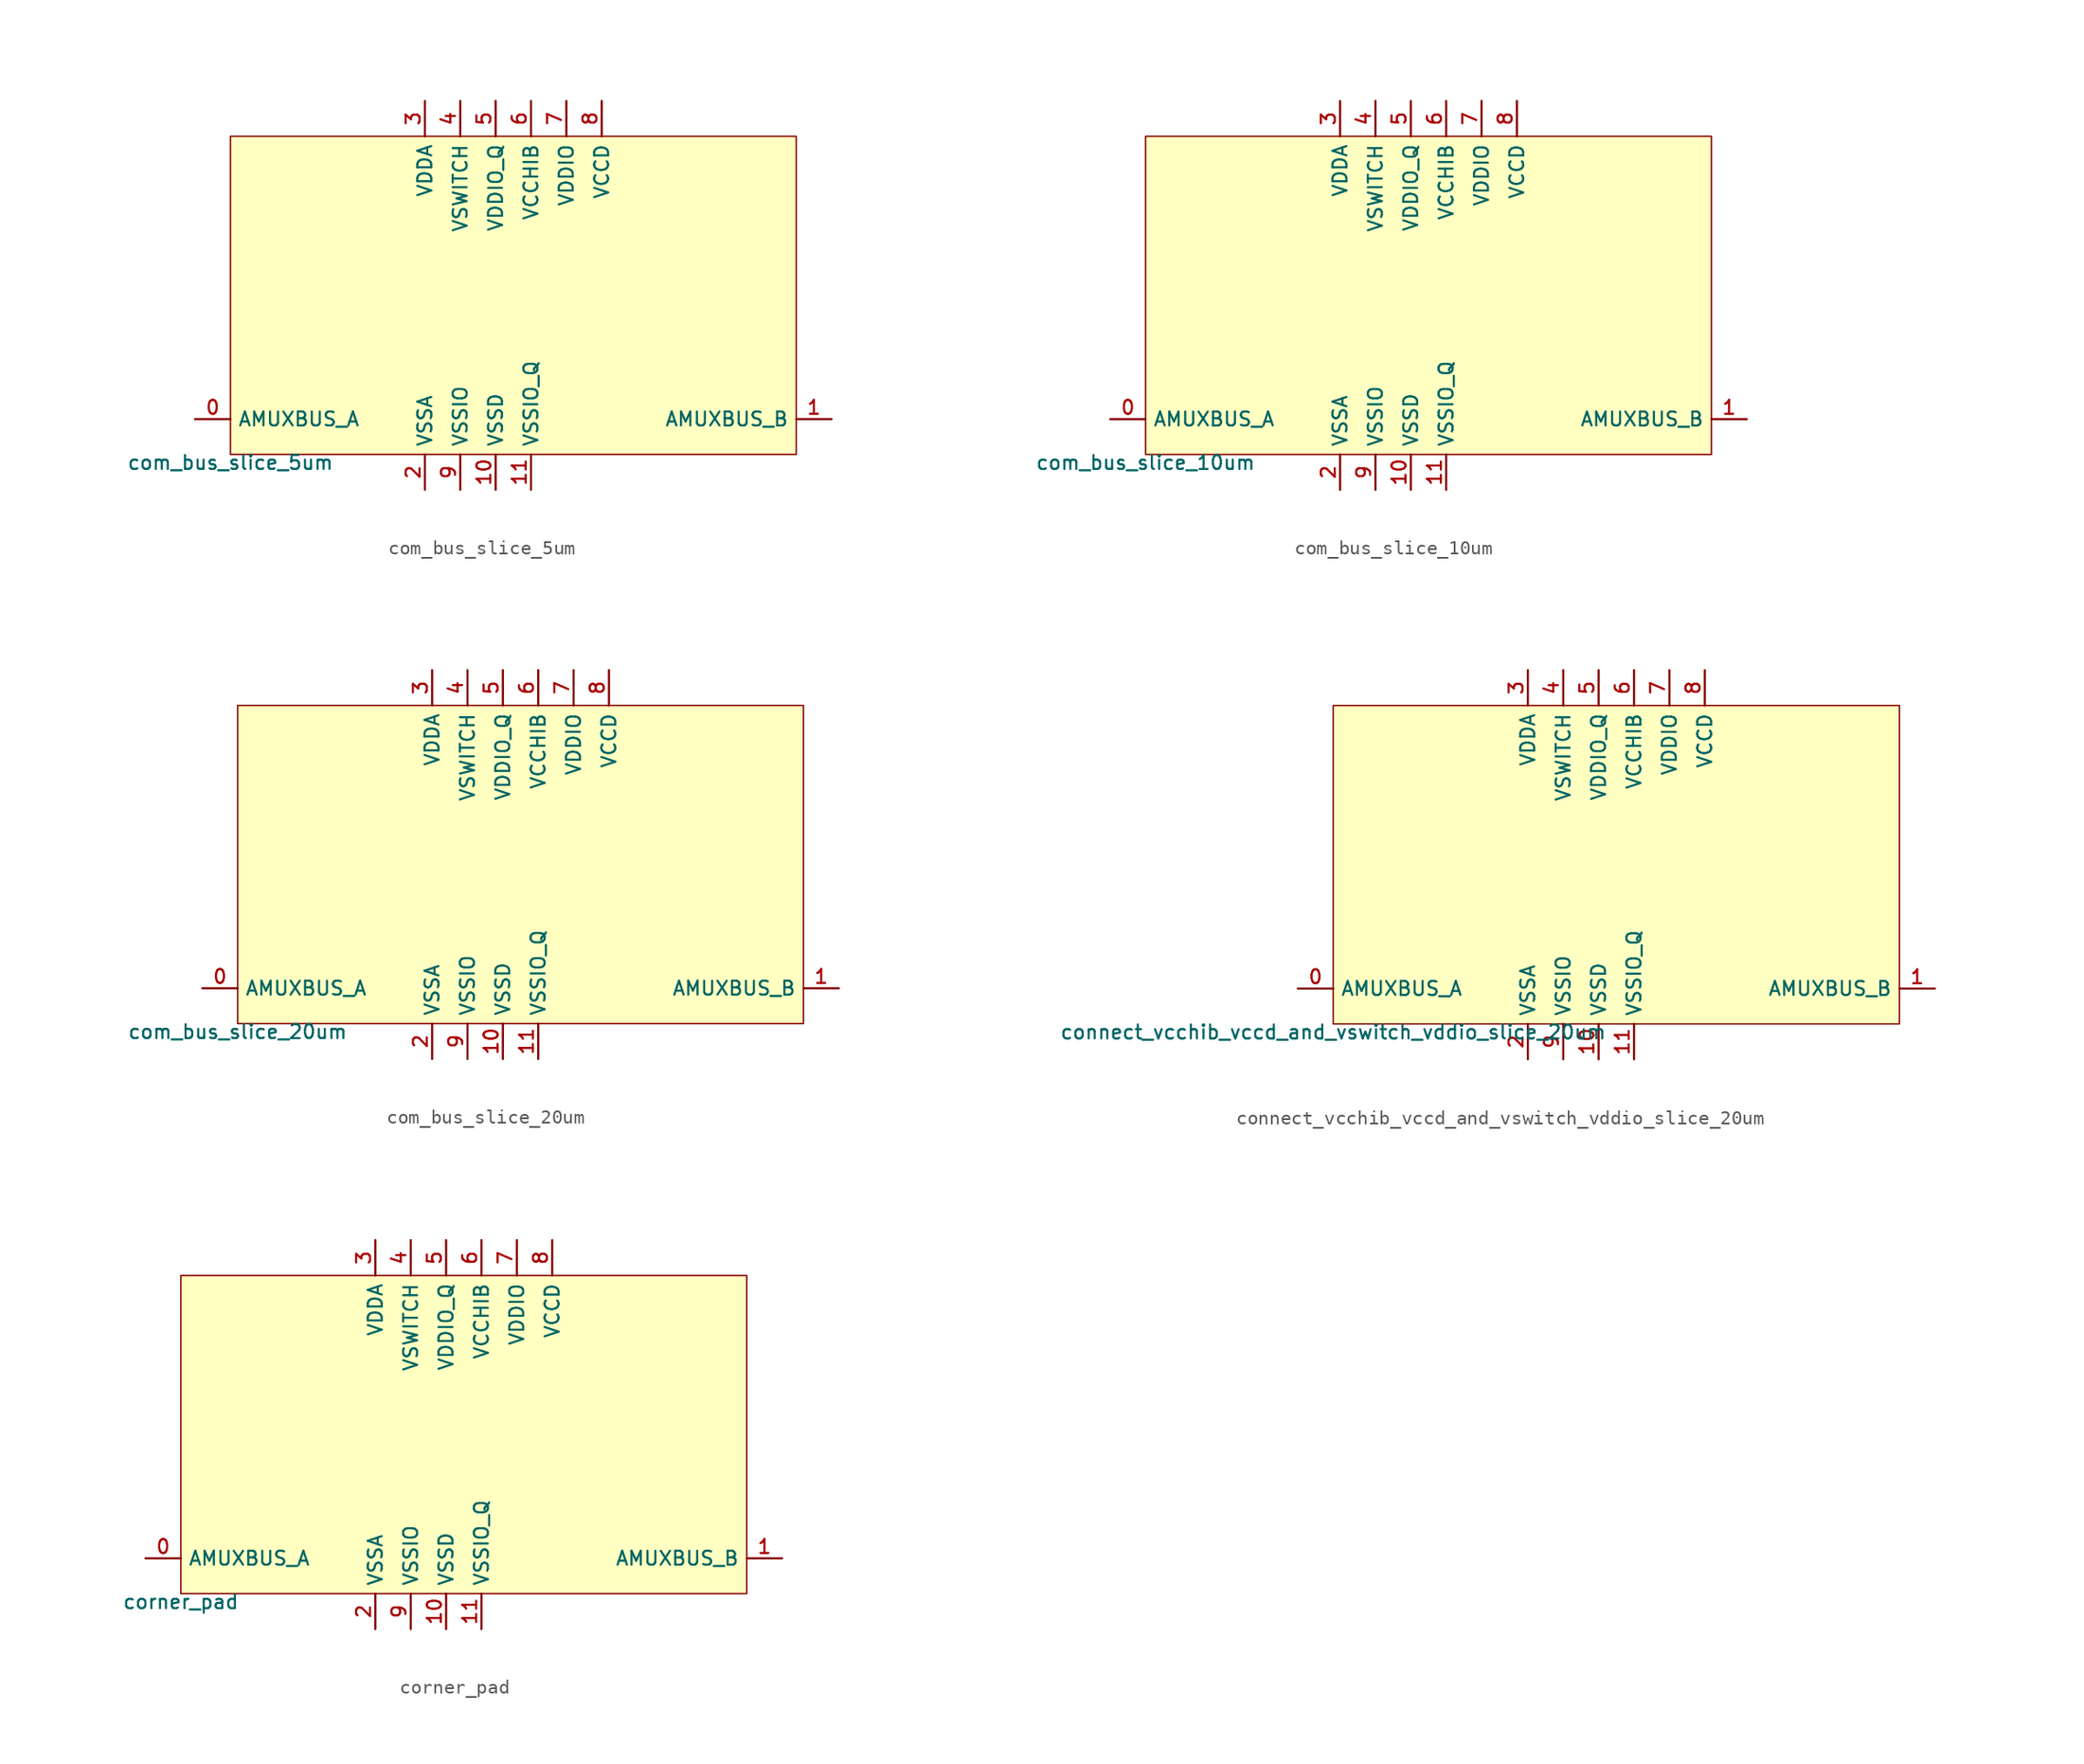
<source format=kicad_sym>
(kicad_symbol_lib
  (version 20211014)
  (generator pdk2kicad)
  (symbol "com_bus_slice_5um"
    (property "Reference" "X"
      (at 0 0 0)
      (effects (font (size 1 1)) hide))
    (property "Value" "com_bus_slice_5um"
      (at -20.32 -11.43 0)
      (effects (font (size 1 1)) (justify top)))
    (rectangle
      (start -20.32 -11.43)
      (end 20.32 11.43)
      (stroke (width 0.1) (type solid) (color 0 0 0 0))
      (fill (type background)))
    (pin bidirectional line
      (at -22.86 -8.89 0)
      (length 2.54)
      (name "AMUXBUS_A" (effects (font (size 1 1)) hide))
      (number "0" (effects (font (size 1 1)) hide)))
    (pin bidirectional line
      (at 22.86 -8.89 180)
      (length 2.54)
      (name "AMUXBUS_B" (effects (font (size 1 1)) hide))
      (number "1" (effects (font (size 1 1)) hide)))
    (pin power_in line
      (at -6.35 -13.97 90)
      (length 2.54)
      (name "VSSA" (effects (font (size 1 1)) hide))
      (number "2" (effects (font (size 1 1)) hide)))
    (pin power_in line
      (at -6.35 13.97 270)
      (length 2.54)
      (name "VDDA" (effects (font (size 1 1)) hide))
      (number "3" (effects (font (size 1 1)) hide)))
    (pin power_in line
      (at -3.81 13.97 270)
      (length 2.54)
      (name "VSWITCH" (effects (font (size 1 1)) hide))
      (number "4" (effects (font (size 1 1)) hide)))
    (pin power_in line
      (at -1.27 13.97 270)
      (length 2.54)
      (name "VDDIO_Q" (effects (font (size 1 1)) hide))
      (number "5" (effects (font (size 1 1)) hide)))
    (pin power_in line
      (at 1.27 13.97 270)
      (length 2.54)
      (name "VCCHIB" (effects (font (size 1 1)) hide))
      (number "6" (effects (font (size 1 1)) hide)))
    (pin power_in line
      (at 3.81 13.97 270)
      (length 2.54)
      (name "VDDIO" (effects (font (size 1 1)) hide))
      (number "7" (effects (font (size 1 1)) hide)))
    (pin power_in line
      (at 6.35 13.97 270)
      (length 2.54)
      (name "VCCD" (effects (font (size 1 1)) hide))
      (number "8" (effects (font (size 1 1)) hide)))
    (pin power_in line
      (at -3.81 -13.97 90)
      (length 2.54)
      (name "VSSIO" (effects (font (size 1 1)) hide))
      (number "9" (effects (font (size 1 1)) hide)))
    (pin power_in line
      (at -1.27 -13.97 90)
      (length 2.54)
      (name "VSSD" (effects (font (size 1 1)) hide))
      (number "10" (effects (font (size 1 1)) hide)))
    (pin power_in line
      (at 1.27 -13.97 90)
      (length 2.54)
      (name "VSSIO_Q" (effects (font (size 1 1)) hide))
      (number "11" (effects (font (size 1 1)) hide))))
  (symbol "com_bus_slice_10um"
    (property "Reference" "X"
      (at 0 0 0)
      (effects (font (size 1 1)) hide))
    (property "Value" "com_bus_slice_10um"
      (at -20.32 -11.43 0)
      (effects (font (size 1 1)) (justify top)))
    (rectangle
      (start -20.32 -11.43)
      (end 20.32 11.43)
      (stroke (width 0.1) (type solid) (color 0 0 0 0))
      (fill (type background)))
    (pin bidirectional line
      (at -22.86 -8.89 0)
      (length 2.54)
      (name "AMUXBUS_A" (effects (font (size 1 1)) hide))
      (number "0" (effects (font (size 1 1)) hide)))
    (pin bidirectional line
      (at 22.86 -8.89 180)
      (length 2.54)
      (name "AMUXBUS_B" (effects (font (size 1 1)) hide))
      (number "1" (effects (font (size 1 1)) hide)))
    (pin power_in line
      (at -6.35 -13.97 90)
      (length 2.54)
      (name "VSSA" (effects (font (size 1 1)) hide))
      (number "2" (effects (font (size 1 1)) hide)))
    (pin power_in line
      (at -6.35 13.97 270)
      (length 2.54)
      (name "VDDA" (effects (font (size 1 1)) hide))
      (number "3" (effects (font (size 1 1)) hide)))
    (pin power_in line
      (at -3.81 13.97 270)
      (length 2.54)
      (name "VSWITCH" (effects (font (size 1 1)) hide))
      (number "4" (effects (font (size 1 1)) hide)))
    (pin power_in line
      (at -1.27 13.97 270)
      (length 2.54)
      (name "VDDIO_Q" (effects (font (size 1 1)) hide))
      (number "5" (effects (font (size 1 1)) hide)))
    (pin power_in line
      (at 1.27 13.97 270)
      (length 2.54)
      (name "VCCHIB" (effects (font (size 1 1)) hide))
      (number "6" (effects (font (size 1 1)) hide)))
    (pin power_in line
      (at 3.81 13.97 270)
      (length 2.54)
      (name "VDDIO" (effects (font (size 1 1)) hide))
      (number "7" (effects (font (size 1 1)) hide)))
    (pin power_in line
      (at 6.35 13.97 270)
      (length 2.54)
      (name "VCCD" (effects (font (size 1 1)) hide))
      (number "8" (effects (font (size 1 1)) hide)))
    (pin power_in line
      (at -3.81 -13.97 90)
      (length 2.54)
      (name "VSSIO" (effects (font (size 1 1)) hide))
      (number "9" (effects (font (size 1 1)) hide)))
    (pin power_in line
      (at -1.27 -13.97 90)
      (length 2.54)
      (name "VSSD" (effects (font (size 1 1)) hide))
      (number "10" (effects (font (size 1 1)) hide)))
    (pin power_in line
      (at 1.27 -13.97 90)
      (length 2.54)
      (name "VSSIO_Q" (effects (font (size 1 1)) hide))
      (number "11" (effects (font (size 1 1)) hide))))
  (symbol "com_bus_slice_20um"
    (property "Reference" "X"
      (at 0 0 0)
      (effects (font (size 1 1)) hide))
    (property "Value" "com_bus_slice_20um"
      (at -20.32 -11.43 0)
      (effects (font (size 1 1)) (justify top)))
    (rectangle
      (start -20.32 -11.43)
      (end 20.32 11.43)
      (stroke (width 0.1) (type solid) (color 0 0 0 0))
      (fill (type background)))
    (pin bidirectional line
      (at -22.86 -8.89 0)
      (length 2.54)
      (name "AMUXBUS_A" (effects (font (size 1 1)) hide))
      (number "0" (effects (font (size 1 1)) hide)))
    (pin bidirectional line
      (at 22.86 -8.89 180)
      (length 2.54)
      (name "AMUXBUS_B" (effects (font (size 1 1)) hide))
      (number "1" (effects (font (size 1 1)) hide)))
    (pin power_in line
      (at -6.35 -13.97 90)
      (length 2.54)
      (name "VSSA" (effects (font (size 1 1)) hide))
      (number "2" (effects (font (size 1 1)) hide)))
    (pin power_in line
      (at -6.35 13.97 270)
      (length 2.54)
      (name "VDDA" (effects (font (size 1 1)) hide))
      (number "3" (effects (font (size 1 1)) hide)))
    (pin power_in line
      (at -3.81 13.97 270)
      (length 2.54)
      (name "VSWITCH" (effects (font (size 1 1)) hide))
      (number "4" (effects (font (size 1 1)) hide)))
    (pin power_in line
      (at -1.27 13.97 270)
      (length 2.54)
      (name "VDDIO_Q" (effects (font (size 1 1)) hide))
      (number "5" (effects (font (size 1 1)) hide)))
    (pin power_in line
      (at 1.27 13.97 270)
      (length 2.54)
      (name "VCCHIB" (effects (font (size 1 1)) hide))
      (number "6" (effects (font (size 1 1)) hide)))
    (pin power_in line
      (at 3.81 13.97 270)
      (length 2.54)
      (name "VDDIO" (effects (font (size 1 1)) hide))
      (number "7" (effects (font (size 1 1)) hide)))
    (pin power_in line
      (at 6.35 13.97 270)
      (length 2.54)
      (name "VCCD" (effects (font (size 1 1)) hide))
      (number "8" (effects (font (size 1 1)) hide)))
    (pin power_in line
      (at -3.81 -13.97 90)
      (length 2.54)
      (name "VSSIO" (effects (font (size 1 1)) hide))
      (number "9" (effects (font (size 1 1)) hide)))
    (pin power_in line
      (at -1.27 -13.97 90)
      (length 2.54)
      (name "VSSD" (effects (font (size 1 1)) hide))
      (number "10" (effects (font (size 1 1)) hide)))
    (pin power_in line
      (at 1.27 -13.97 90)
      (length 2.54)
      (name "VSSIO_Q" (effects (font (size 1 1)) hide))
      (number "11" (effects (font (size 1 1)) hide))))
  (symbol "connect_vcchib_vccd_and_vswitch_vddio_slice_20um"
    (property "Reference" "X"
      (at 0 0 0)
      (effects (font (size 1 1)) hide))
    (property "Value" "connect_vcchib_vccd_and_vswitch_vddio_slice_20um"
      (at -20.32 -11.43 0)
      (effects (font (size 1 1)) (justify top)))
    (rectangle
      (start -20.32 -11.43)
      (end 20.32 11.43)
      (stroke (width 0.1) (type solid) (color 0 0 0 0))
      (fill (type background)))
    (pin bidirectional line
      (at -22.86 -8.89 0)
      (length 2.54)
      (name "AMUXBUS_A" (effects (font (size 1 1)) hide))
      (number "0" (effects (font (size 1 1)) hide)))
    (pin bidirectional line
      (at 22.86 -8.89 180)
      (length 2.54)
      (name "AMUXBUS_B" (effects (font (size 1 1)) hide))
      (number "1" (effects (font (size 1 1)) hide)))
    (pin power_in line
      (at -6.35 -13.97 90)
      (length 2.54)
      (name "VSSA" (effects (font (size 1 1)) hide))
      (number "2" (effects (font (size 1 1)) hide)))
    (pin power_in line
      (at -6.35 13.97 270)
      (length 2.54)
      (name "VDDA" (effects (font (size 1 1)) hide))
      (number "3" (effects (font (size 1 1)) hide)))
    (pin power_in line
      (at -3.81 13.97 270)
      (length 2.54)
      (name "VSWITCH" (effects (font (size 1 1)) hide))
      (number "4" (effects (font (size 1 1)) hide)))
    (pin power_in line
      (at -1.27 13.97 270)
      (length 2.54)
      (name "VDDIO_Q" (effects (font (size 1 1)) hide))
      (number "5" (effects (font (size 1 1)) hide)))
    (pin power_in line
      (at 1.27 13.97 270)
      (length 2.54)
      (name "VCCHIB" (effects (font (size 1 1)) hide))
      (number "6" (effects (font (size 1 1)) hide)))
    (pin power_in line
      (at 3.81 13.97 270)
      (length 2.54)
      (name "VDDIO" (effects (font (size 1 1)) hide))
      (number "7" (effects (font (size 1 1)) hide)))
    (pin power_in line
      (at 6.35 13.97 270)
      (length 2.54)
      (name "VCCD" (effects (font (size 1 1)) hide))
      (number "8" (effects (font (size 1 1)) hide)))
    (pin power_in line
      (at -3.81 -13.97 90)
      (length 2.54)
      (name "VSSIO" (effects (font (size 1 1)) hide))
      (number "9" (effects (font (size 1 1)) hide)))
    (pin power_in line
      (at -1.27 -13.97 90)
      (length 2.54)
      (name "VSSD" (effects (font (size 1 1)) hide))
      (number "10" (effects (font (size 1 1)) hide)))
    (pin power_in line
      (at 1.27 -13.97 90)
      (length 2.54)
      (name "VSSIO_Q" (effects (font (size 1 1)) hide))
      (number "11" (effects (font (size 1 1)) hide))))
  (symbol "corner_pad"
    (property "Reference" "X"
      (at 0 0 0)
      (effects (font (size 1 1)) hide))
    (property "Value" "corner_pad"
      (at -20.32 -11.43 0)
      (effects (font (size 1 1)) (justify top)))
    (rectangle
      (start -20.32 -11.43)
      (end 20.32 11.43)
      (stroke (width 0.1) (type solid) (color 0 0 0 0))
      (fill (type background)))
    (pin bidirectional line
      (at -22.86 -8.89 0)
      (length 2.54)
      (name "AMUXBUS_A" (effects (font (size 1 1)) hide))
      (number "0" (effects (font (size 1 1)) hide)))
    (pin bidirectional line
      (at 22.86 -8.89 180)
      (length 2.54)
      (name "AMUXBUS_B" (effects (font (size 1 1)) hide))
      (number "1" (effects (font (size 1 1)) hide)))
    (pin power_in line
      (at -6.35 -13.97 90)
      (length 2.54)
      (name "VSSA" (effects (font (size 1 1)) hide))
      (number "2" (effects (font (size 1 1)) hide)))
    (pin power_in line
      (at -6.35 13.97 270)
      (length 2.54)
      (name "VDDA" (effects (font (size 1 1)) hide))
      (number "3" (effects (font (size 1 1)) hide)))
    (pin power_in line
      (at -3.81 13.97 270)
      (length 2.54)
      (name "VSWITCH" (effects (font (size 1 1)) hide))
      (number "4" (effects (font (size 1 1)) hide)))
    (pin power_in line
      (at -1.27 13.97 270)
      (length 2.54)
      (name "VDDIO_Q" (effects (font (size 1 1)) hide))
      (number "5" (effects (font (size 1 1)) hide)))
    (pin power_in line
      (at 1.27 13.97 270)
      (length 2.54)
      (name "VCCHIB" (effects (font (size 1 1)) hide))
      (number "6" (effects (font (size 1 1)) hide)))
    (pin power_in line
      (at 3.81 13.97 270)
      (length 2.54)
      (name "VDDIO" (effects (font (size 1 1)) hide))
      (number "7" (effects (font (size 1 1)) hide)))
    (pin power_in line
      (at 6.35 13.97 270)
      (length 2.54)
      (name "VCCD" (effects (font (size 1 1)) hide))
      (number "8" (effects (font (size 1 1)) hide)))
    (pin power_in line
      (at -3.81 -13.97 90)
      (length 2.54)
      (name "VSSIO" (effects (font (size 1 1)) hide))
      (number "9" (effects (font (size 1 1)) hide)))
    (pin power_in line
      (at -1.27 -13.97 90)
      (length 2.54)
      (name "VSSD" (effects (font (size 1 1)) hide))
      (number "10" (effects (font (size 1 1)) hide)))
    (pin power_in line
      (at 1.27 -13.97 90)
      (length 2.54)
      (name "VSSIO_Q" (effects (font (size 1 1)) hide))
      (number "11" (effects (font (size 1 1)) hide)))))
</source>
